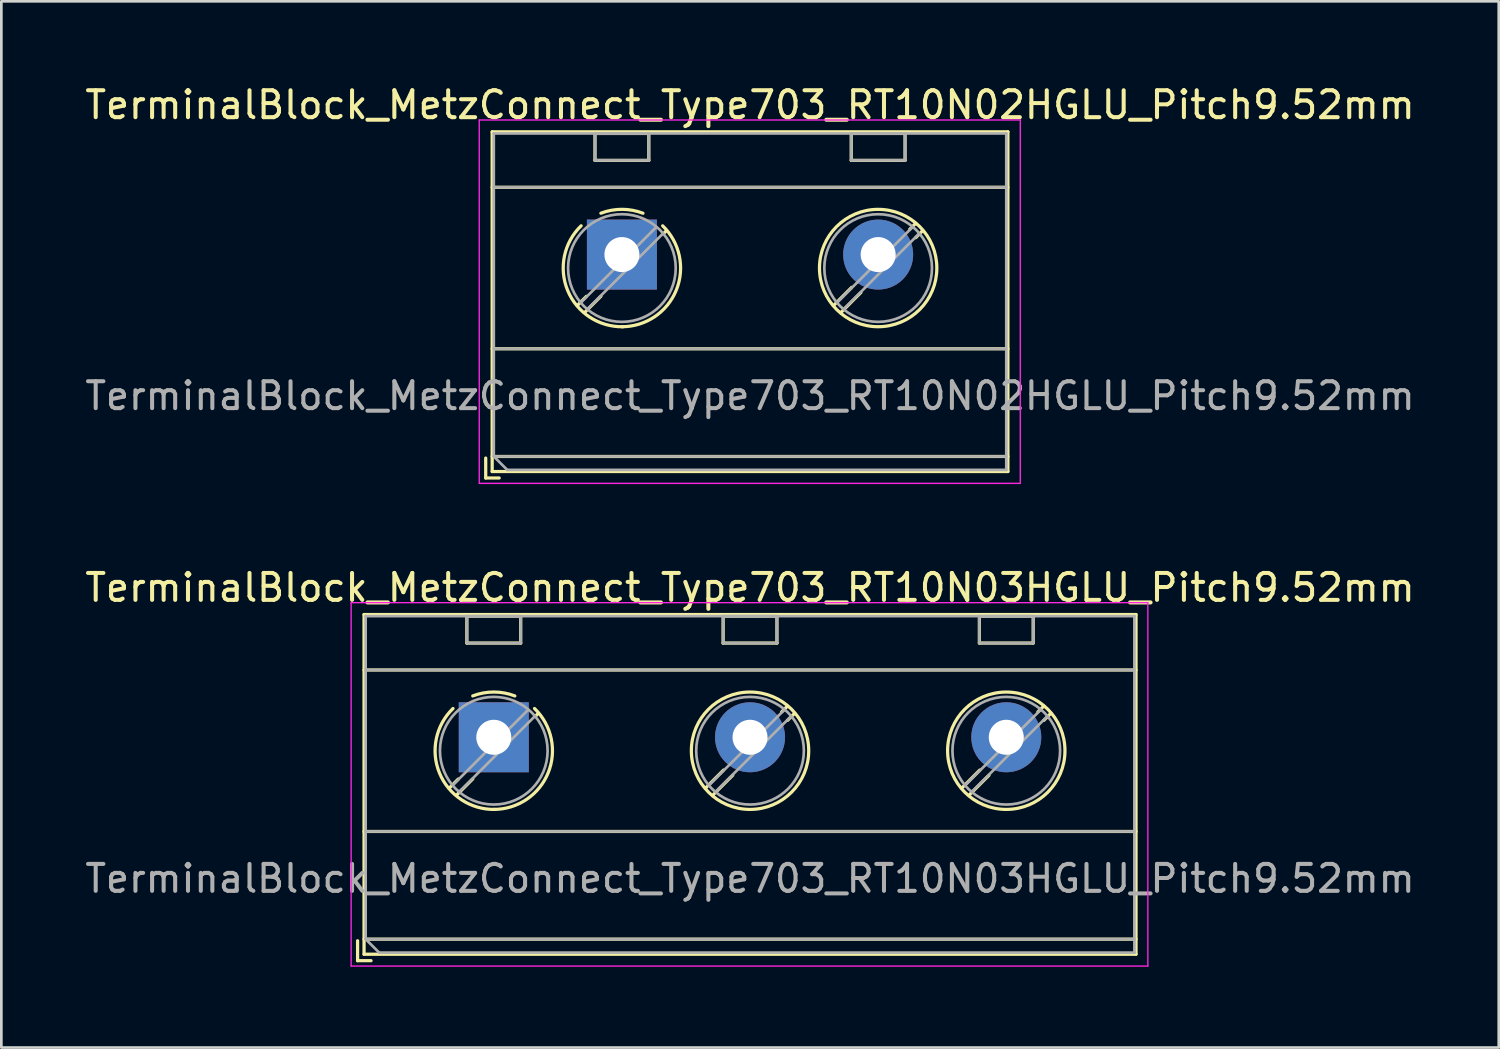
<source format=kicad_pcb>
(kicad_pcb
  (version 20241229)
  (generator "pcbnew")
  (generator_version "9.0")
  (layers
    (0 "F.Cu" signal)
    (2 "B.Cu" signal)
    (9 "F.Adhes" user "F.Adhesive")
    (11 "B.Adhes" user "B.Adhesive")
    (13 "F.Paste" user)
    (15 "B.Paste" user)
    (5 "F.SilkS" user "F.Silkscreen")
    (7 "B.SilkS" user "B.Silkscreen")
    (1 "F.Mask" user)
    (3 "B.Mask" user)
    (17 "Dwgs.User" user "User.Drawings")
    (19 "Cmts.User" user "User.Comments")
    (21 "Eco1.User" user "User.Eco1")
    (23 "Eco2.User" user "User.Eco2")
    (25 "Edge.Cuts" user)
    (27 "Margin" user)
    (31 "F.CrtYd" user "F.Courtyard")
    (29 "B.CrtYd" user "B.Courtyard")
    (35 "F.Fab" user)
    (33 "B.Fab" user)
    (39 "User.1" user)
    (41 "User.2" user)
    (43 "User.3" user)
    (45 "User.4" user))
  (footprint "TerminalBlock_MetzConnect_Type703_RT10N03HGLU_Pitch9.52mm"
    (layer "F.Cu")
    (at 15.295 24.341)
    (property "Reference" "TerminalBlock_MetzConnect_Type703_RT10N03HGLU_Pitch9.52mm" (at 9.52 -5.56 0) (layer "F.SilkS") (effects (font (size 1 1) (thickness 0.15))))
    (attr through_hole)
    (fp_line (start -5.06 7.56) (end -5.06 8.3) (stroke (width 0.12) (type solid)) (layer "F.SilkS"))
    (fp_line (start -5.06 8.3) (end -4.56 8.3) (stroke (width 0.12) (type solid)) (layer "F.SilkS"))
    (fp_line (start -4.82 -4.56) (end -4.82 8.06) (stroke (width 0.12) (type solid)) (layer "F.SilkS"))
    (fp_line (start -4.82 -2.5) (end 23.86 -2.5) (stroke (width 0.12) (type solid)) (layer "F.SilkS"))
    (fp_line (start -4.82 3.5) (end 23.86 3.5) (stroke (width 0.12) (type solid)) (layer "F.SilkS"))
    (fp_line (start -4.82 7.5) (end 23.86 7.5) (stroke (width 0.12) (type solid)) (layer "F.SilkS"))
    (fp_line (start -4.82 8.06) (end 23.86 8.06) (stroke (width 0.12) (type solid)) (layer "F.SilkS"))
    (fp_line (start -1.32 1.553) (end -1.654 1.888) (stroke (width 0.12) (type solid)) (layer "F.SilkS"))
    (fp_line (start -1 -4.5) (end -1 -3.5) (stroke (width 0.12) (type solid)) (layer "F.SilkS"))
    (fp_line (start -1 -4.5) (end 1 -4.5) (stroke (width 0.12) (type solid)) (layer "F.SilkS"))
    (fp_line (start -1 -3.5) (end 1 -3.5) (stroke (width 0.12) (type solid)) (layer "F.SilkS"))
    (fp_line (start -0.78 1.546) (end -1.388 2.154) (stroke (width 0.12) (type solid)) (layer "F.SilkS"))
    (fp_line (start 1 -4.5) (end 1 -3.5) (stroke (width 0.12) (type solid)) (layer "F.SilkS"))
    (fp_line (start 1.654 -0.888) (end 1.547 -0.781) (stroke (width 0.12) (type solid)) (layer "F.SilkS"))
    (fp_line (start 8.52 -4.5) (end 8.52 -3.5) (stroke (width 0.12) (type solid)) (layer "F.SilkS"))
    (fp_line (start 8.52 -4.5) (end 10.52 -4.5) (stroke (width 0.12) (type solid)) (layer "F.SilkS"))
    (fp_line (start 8.52 -3.5) (end 10.52 -3.5) (stroke (width 0.12) (type solid)) (layer "F.SilkS"))
    (fp_line (start 8.536 1.219) (end 7.867 1.888) (stroke (width 0.12) (type solid)) (layer "F.SilkS"))
    (fp_line (start 8.878 1.409) (end 8.133 2.154) (stroke (width 0.12) (type solid)) (layer "F.SilkS"))
    (fp_line (start 10.52 -4.5) (end 10.52 -3.5) (stroke (width 0.12) (type solid)) (layer "F.SilkS"))
    (fp_line (start 10.908 -1.154) (end 10.695 -0.941) (stroke (width 0.12) (type solid)) (layer "F.SilkS"))
    (fp_line (start 11.174 -0.888) (end 10.915 -0.629) (stroke (width 0.12) (type solid)) (layer "F.SilkS"))
    (fp_line (start 18.04 -4.5) (end 18.04 -3.5) (stroke (width 0.12) (type solid)) (layer "F.SilkS"))
    (fp_line (start 18.04 -4.5) (end 20.04 -4.5) (stroke (width 0.12) (type solid)) (layer "F.SilkS"))
    (fp_line (start 18.04 -3.5) (end 20.04 -3.5) (stroke (width 0.12) (type solid)) (layer "F.SilkS"))
    (fp_line (start 18.056 1.219) (end 17.387 1.888) (stroke (width 0.12) (type solid)) (layer "F.SilkS"))
    (fp_line (start 18.398 1.409) (end 17.653 2.154) (stroke (width 0.12) (type solid)) (layer "F.SilkS"))
    (fp_line (start 20.04 -4.5) (end 20.04 -3.5) (stroke (width 0.12) (type solid)) (layer "F.SilkS"))
    (fp_line (start 20.428 -1.154) (end 20.215 -0.941) (stroke (width 0.12) (type solid)) (layer "F.SilkS"))
    (fp_line (start 20.694 -0.888) (end 20.435 -0.629) (stroke (width 0.12) (type solid)) (layer "F.SilkS"))
    (fp_line (start 23.86 -4.56) (end -4.82 -4.56) (stroke (width 0.12) (type solid)) (layer "F.SilkS"))
    (fp_line (start 23.86 8.06) (end 23.86 -4.56) (stroke (width 0.12) (type solid)) (layer "F.SilkS"))
    (fp_arc (start -0.781211 -1.536303) (mid 0.000423 -1.681014) (end 0.782 -1.536) (stroke (width 0.12) (type solid)) (layer "F.SilkS"))
    (fp_arc (start 0.037945 2.680721) (mid -2.015074 1.334542) (end -1.515 -1.069) (stroke (width 0.12) (type solid)) (layer "F.SilkS"))
    (fp_arc (start 1.514355 -1.068161) (mid 2.021261 1.316642) (end 0 2.68) (stroke (width 0.12) (type solid)) (layer "F.SilkS"))
    (fp_circle (center 9.52 0.5) (end 11.7 0.5) (stroke (width 0.12) (type solid)) (fill no) (layer "F.SilkS"))
    (fp_circle (center 19.04 0.5) (end 21.22 0.5) (stroke (width 0.12) (type solid)) (fill no) (layer "F.SilkS"))
    (fp_line (start -5.3 -5) (end -5.3 8.5) (stroke (width 0.05) (type solid)) (layer "F.CrtYd"))
    (fp_line (start -5.3 8.5) (end 24.3 8.5) (stroke (width 0.05) (type solid)) (layer "F.CrtYd"))
    (fp_line (start 24.3 -5) (end -5.3 -5) (stroke (width 0.05) (type solid)) (layer "F.CrtYd"))
    (fp_line (start 24.3 8.5) (end 24.3 -5) (stroke (width 0.05) (type solid)) (layer "F.CrtYd"))
    (fp_line (start -4.76 -4.5) (end 23.8 -4.5) (stroke (width 0.1) (type solid)) (layer "F.Fab"))
    (fp_line (start -4.76 -2.5) (end 23.8 -2.5) (stroke (width 0.1) (type solid)) (layer "F.Fab"))
    (fp_line (start -4.76 3.5) (end 23.8 3.5) (stroke (width 0.1) (type solid)) (layer "F.Fab"))
    (fp_line (start -4.76 7.5) (end -4.76 -4.5) (stroke (width 0.1) (type solid)) (layer "F.Fab"))
    (fp_line (start -4.76 7.5) (end 23.8 7.5) (stroke (width 0.1) (type solid)) (layer "F.Fab"))
    (fp_line (start -4.26 8) (end -4.76 7.5) (stroke (width 0.1) (type solid)) (layer "F.Fab"))
    (fp_line (start -1 -4.5) (end -1 -3.5) (stroke (width 0.1) (type solid)) (layer "F.Fab"))
    (fp_line (start -1 -3.5) (end 1 -3.5) (stroke (width 0.1) (type solid)) (layer "F.Fab"))
    (fp_line (start 1 -4.5) (end -1 -4.5) (stroke (width 0.1) (type solid)) (layer "F.Fab"))
    (fp_line (start 1 -3.5) (end 1 -4.5) (stroke (width 0.1) (type solid)) (layer "F.Fab"))
    (fp_line (start 1.273 -1.017) (end -1.517 1.773) (stroke (width 0.1) (type solid)) (layer "F.Fab"))
    (fp_line (start 1.517 -0.773) (end -1.273 2.017) (stroke (width 0.1) (type solid)) (layer "F.Fab"))
    (fp_line (start 8.52 -4.5) (end 8.52 -3.5) (stroke (width 0.1) (type solid)) (layer "F.Fab"))
    (fp_line (start 8.52 -3.5) (end 10.52 -3.5) (stroke (width 0.1) (type solid)) (layer "F.Fab"))
    (fp_line (start 10.52 -4.5) (end 8.52 -4.5) (stroke (width 0.1) (type solid)) (layer "F.Fab"))
    (fp_line (start 10.52 -3.5) (end 10.52 -4.5) (stroke (width 0.1) (type solid)) (layer "F.Fab"))
    (fp_line (start 10.793 -1.017) (end 8.004 1.773) (stroke (width 0.1) (type solid)) (layer "F.Fab"))
    (fp_line (start 11.037 -0.773) (end 8.248 2.017) (stroke (width 0.1) (type solid)) (layer "F.Fab"))
    (fp_line (start 18.04 -4.5) (end 18.04 -3.5) (stroke (width 0.1) (type solid)) (layer "F.Fab"))
    (fp_line (start 18.04 -3.5) (end 20.04 -3.5) (stroke (width 0.1) (type solid)) (layer "F.Fab"))
    (fp_line (start 20.04 -4.5) (end 18.04 -4.5) (stroke (width 0.1) (type solid)) (layer "F.Fab"))
    (fp_line (start 20.04 -3.5) (end 20.04 -4.5) (stroke (width 0.1) (type solid)) (layer "F.Fab"))
    (fp_line (start 20.313 -1.017) (end 17.524 1.773) (stroke (width 0.1) (type solid)) (layer "F.Fab"))
    (fp_line (start 20.557 -0.773) (end 17.768 2.017) (stroke (width 0.1) (type solid)) (layer "F.Fab"))
    (fp_line (start 23.8 -4.5) (end 23.8 8) (stroke (width 0.1) (type solid)) (layer "F.Fab"))
    (fp_line (start 23.8 8) (end -4.26 8) (stroke (width 0.1) (type solid)) (layer "F.Fab"))
    (fp_circle (center 0 0.5) (end 2 0.5) (stroke (width 0.1) (type solid)) (fill no) (layer "F.Fab"))
    (fp_circle (center 9.52 0.5) (end 11.52 0.5) (stroke (width 0.1) (type solid)) (fill no) (layer "F.Fab"))
    (fp_circle (center 19.04 0.5) (end 21.04 0.5) (stroke (width 0.1) (type solid)) (fill no) (layer "F.Fab"))
    (fp_text user "${REFERENCE}" (at 9.52 5.25 0) (layer "F.Fab") (effects (font (size 1 1) (thickness 0.15))))
    (pad "1" thru_hole rect (at 0 0) (size 2.6 2.6) (drill 1.3) (layers "*.Cu" "*.Mask"))
    (pad "2" thru_hole oval (at 9.52 0) (size 2.6 2.6) (drill 1.3) (layers "*.Cu" "*.Mask"))
    (pad "3" thru_hole oval (at 19.04 0) (size 2.6 2.6) (drill 1.3) (layers "*.Cu" "*.Mask")))
  (footprint "TerminalBlock_MetzConnect_Type703_RT10N02HGLU_Pitch9.52mm"
    (layer "F.Cu")
    (at 20.055 6.408)
    (property "Reference" "TerminalBlock_MetzConnect_Type703_RT10N02HGLU_Pitch9.52mm" (at 4.76 -5.56 0) (layer "F.SilkS") (effects (font (size 1 1) (thickness 0.15))))
    (attr through_hole)
    (fp_line (start -5.06 7.56) (end -5.06 8.3) (stroke (width 0.12) (type solid)) (layer "F.SilkS"))
    (fp_line (start -5.06 8.3) (end -4.56 8.3) (stroke (width 0.12) (type solid)) (layer "F.SilkS"))
    (fp_line (start -4.82 -4.56) (end -4.82 8.06) (stroke (width 0.12) (type solid)) (layer "F.SilkS"))
    (fp_line (start -4.82 -2.5) (end 14.34 -2.5) (stroke (width 0.12) (type solid)) (layer "F.SilkS"))
    (fp_line (start -4.82 3.5) (end 14.34 3.5) (stroke (width 0.12) (type solid)) (layer "F.SilkS"))
    (fp_line (start -4.82 7.5) (end 14.34 7.5) (stroke (width 0.12) (type solid)) (layer "F.SilkS"))
    (fp_line (start -4.82 8.06) (end 14.34 8.06) (stroke (width 0.12) (type solid)) (layer "F.SilkS"))
    (fp_line (start -1.32 1.553) (end -1.654 1.888) (stroke (width 0.12) (type solid)) (layer "F.SilkS"))
    (fp_line (start -1 -4.5) (end -1 -3.5) (stroke (width 0.12) (type solid)) (layer "F.SilkS"))
    (fp_line (start -1 -4.5) (end 1 -4.5) (stroke (width 0.12) (type solid)) (layer "F.SilkS"))
    (fp_line (start -1 -3.5) (end 1 -3.5) (stroke (width 0.12) (type solid)) (layer "F.SilkS"))
    (fp_line (start -0.78 1.546) (end -1.388 2.154) (stroke (width 0.12) (type solid)) (layer "F.SilkS"))
    (fp_line (start 1 -4.5) (end 1 -3.5) (stroke (width 0.12) (type solid)) (layer "F.SilkS"))
    (fp_line (start 1.654 -0.888) (end 1.547 -0.781) (stroke (width 0.12) (type solid)) (layer "F.SilkS"))
    (fp_line (start 8.52 -4.5) (end 8.52 -3.5) (stroke (width 0.12) (type solid)) (layer "F.SilkS"))
    (fp_line (start 8.52 -4.5) (end 10.52 -4.5) (stroke (width 0.12) (type solid)) (layer "F.SilkS"))
    (fp_line (start 8.52 -3.5) (end 10.52 -3.5) (stroke (width 0.12) (type solid)) (layer "F.SilkS"))
    (fp_line (start 8.536 1.219) (end 7.867 1.888) (stroke (width 0.12) (type solid)) (layer "F.SilkS"))
    (fp_line (start 8.878 1.409) (end 8.133 2.154) (stroke (width 0.12) (type solid)) (layer "F.SilkS"))
    (fp_line (start 10.52 -4.5) (end 10.52 -3.5) (stroke (width 0.12) (type solid)) (layer "F.SilkS"))
    (fp_line (start 10.908 -1.154) (end 10.695 -0.941) (stroke (width 0.12) (type solid)) (layer "F.SilkS"))
    (fp_line (start 11.174 -0.888) (end 10.915 -0.629) (stroke (width 0.12) (type solid)) (layer "F.SilkS"))
    (fp_line (start 14.34 -4.56) (end -4.82 -4.56) (stroke (width 0.12) (type solid)) (layer "F.SilkS"))
    (fp_line (start 14.34 8.06) (end 14.34 -4.56) (stroke (width 0.12) (type solid)) (layer "F.SilkS"))
    (fp_arc (start -0.781211 -1.536303) (mid 0.000423 -1.681014) (end 0.782 -1.536) (stroke (width 0.12) (type solid)) (layer "F.SilkS"))
    (fp_arc (start 0.037945 2.680721) (mid -2.015074 1.334542) (end -1.515 -1.069) (stroke (width 0.12) (type solid)) (layer "F.SilkS"))
    (fp_arc (start 1.514355 -1.068161) (mid 2.021261 1.316642) (end 0 2.68) (stroke (width 0.12) (type solid)) (layer "F.SilkS"))
    (fp_circle (center 9.52 0.5) (end 11.7 0.5) (stroke (width 0.12) (type solid)) (fill no) (layer "F.SilkS"))
    (fp_line (start -5.3 -5) (end -5.3 8.5) (stroke (width 0.05) (type solid)) (layer "F.CrtYd"))
    (fp_line (start -5.3 8.5) (end 14.8 8.5) (stroke (width 0.05) (type solid)) (layer "F.CrtYd"))
    (fp_line (start 14.8 -5) (end -5.3 -5) (stroke (width 0.05) (type solid)) (layer "F.CrtYd"))
    (fp_line (start 14.8 8.5) (end 14.8 -5) (stroke (width 0.05) (type solid)) (layer "F.CrtYd"))
    (fp_line (start -4.76 -4.5) (end 14.28 -4.5) (stroke (width 0.1) (type solid)) (layer "F.Fab"))
    (fp_line (start -4.76 -2.5) (end 14.28 -2.5) (stroke (width 0.1) (type solid)) (layer "F.Fab"))
    (fp_line (start -4.76 3.5) (end 14.28 3.5) (stroke (width 0.1) (type solid)) (layer "F.Fab"))
    (fp_line (start -4.76 7.5) (end -4.76 -4.5) (stroke (width 0.1) (type solid)) (layer "F.Fab"))
    (fp_line (start -4.76 7.5) (end 14.28 7.5) (stroke (width 0.1) (type solid)) (layer "F.Fab"))
    (fp_line (start -4.26 8) (end -4.76 7.5) (stroke (width 0.1) (type solid)) (layer "F.Fab"))
    (fp_line (start -1 -4.5) (end -1 -3.5) (stroke (width 0.1) (type solid)) (layer "F.Fab"))
    (fp_line (start -1 -3.5) (end 1 -3.5) (stroke (width 0.1) (type solid)) (layer "F.Fab"))
    (fp_line (start 1 -4.5) (end -1 -4.5) (stroke (width 0.1) (type solid)) (layer "F.Fab"))
    (fp_line (start 1 -3.5) (end 1 -4.5) (stroke (width 0.1) (type solid)) (layer "F.Fab"))
    (fp_line (start 1.273 -1.017) (end -1.517 1.773) (stroke (width 0.1) (type solid)) (layer "F.Fab"))
    (fp_line (start 1.517 -0.773) (end -1.273 2.017) (stroke (width 0.1) (type solid)) (layer "F.Fab"))
    (fp_line (start 8.52 -4.5) (end 8.52 -3.5) (stroke (width 0.1) (type solid)) (layer "F.Fab"))
    (fp_line (start 8.52 -3.5) (end 10.52 -3.5) (stroke (width 0.1) (type solid)) (layer "F.Fab"))
    (fp_line (start 10.52 -4.5) (end 8.52 -4.5) (stroke (width 0.1) (type solid)) (layer "F.Fab"))
    (fp_line (start 10.52 -3.5) (end 10.52 -4.5) (stroke (width 0.1) (type solid)) (layer "F.Fab"))
    (fp_line (start 10.793 -1.017) (end 8.004 1.773) (stroke (width 0.1) (type solid)) (layer "F.Fab"))
    (fp_line (start 11.037 -0.773) (end 8.248 2.017) (stroke (width 0.1) (type solid)) (layer "F.Fab"))
    (fp_line (start 14.28 -4.5) (end 14.28 8) (stroke (width 0.1) (type solid)) (layer "F.Fab"))
    (fp_line (start 14.28 8) (end -4.26 8) (stroke (width 0.1) (type solid)) (layer "F.Fab"))
    (fp_circle (center 0 0.5) (end 2 0.5) (stroke (width 0.1) (type solid)) (fill no) (layer "F.Fab"))
    (fp_circle (center 9.52 0.5) (end 11.52 0.5) (stroke (width 0.1) (type solid)) (fill no) (layer "F.Fab"))
    (fp_text user "${REFERENCE}" (at 4.76 5.25 0) (layer "F.Fab") (effects (font (size 1 1) (thickness 0.15))))
    (pad "1" thru_hole rect (at 0 0) (size 2.6 2.6) (drill 1.3) (layers "*.Cu" "*.Mask"))
    (pad "2" thru_hole oval (at 9.52 0) (size 2.6 2.6) (drill 1.3) (layers "*.Cu" "*.Mask")))
  (gr_rect
    (start -3 -3)
    (end 52.631 35.867)
    (stroke (width 0.1) (type default))
    (fill no)
    (layer "Edge.Cuts")))
</source>
